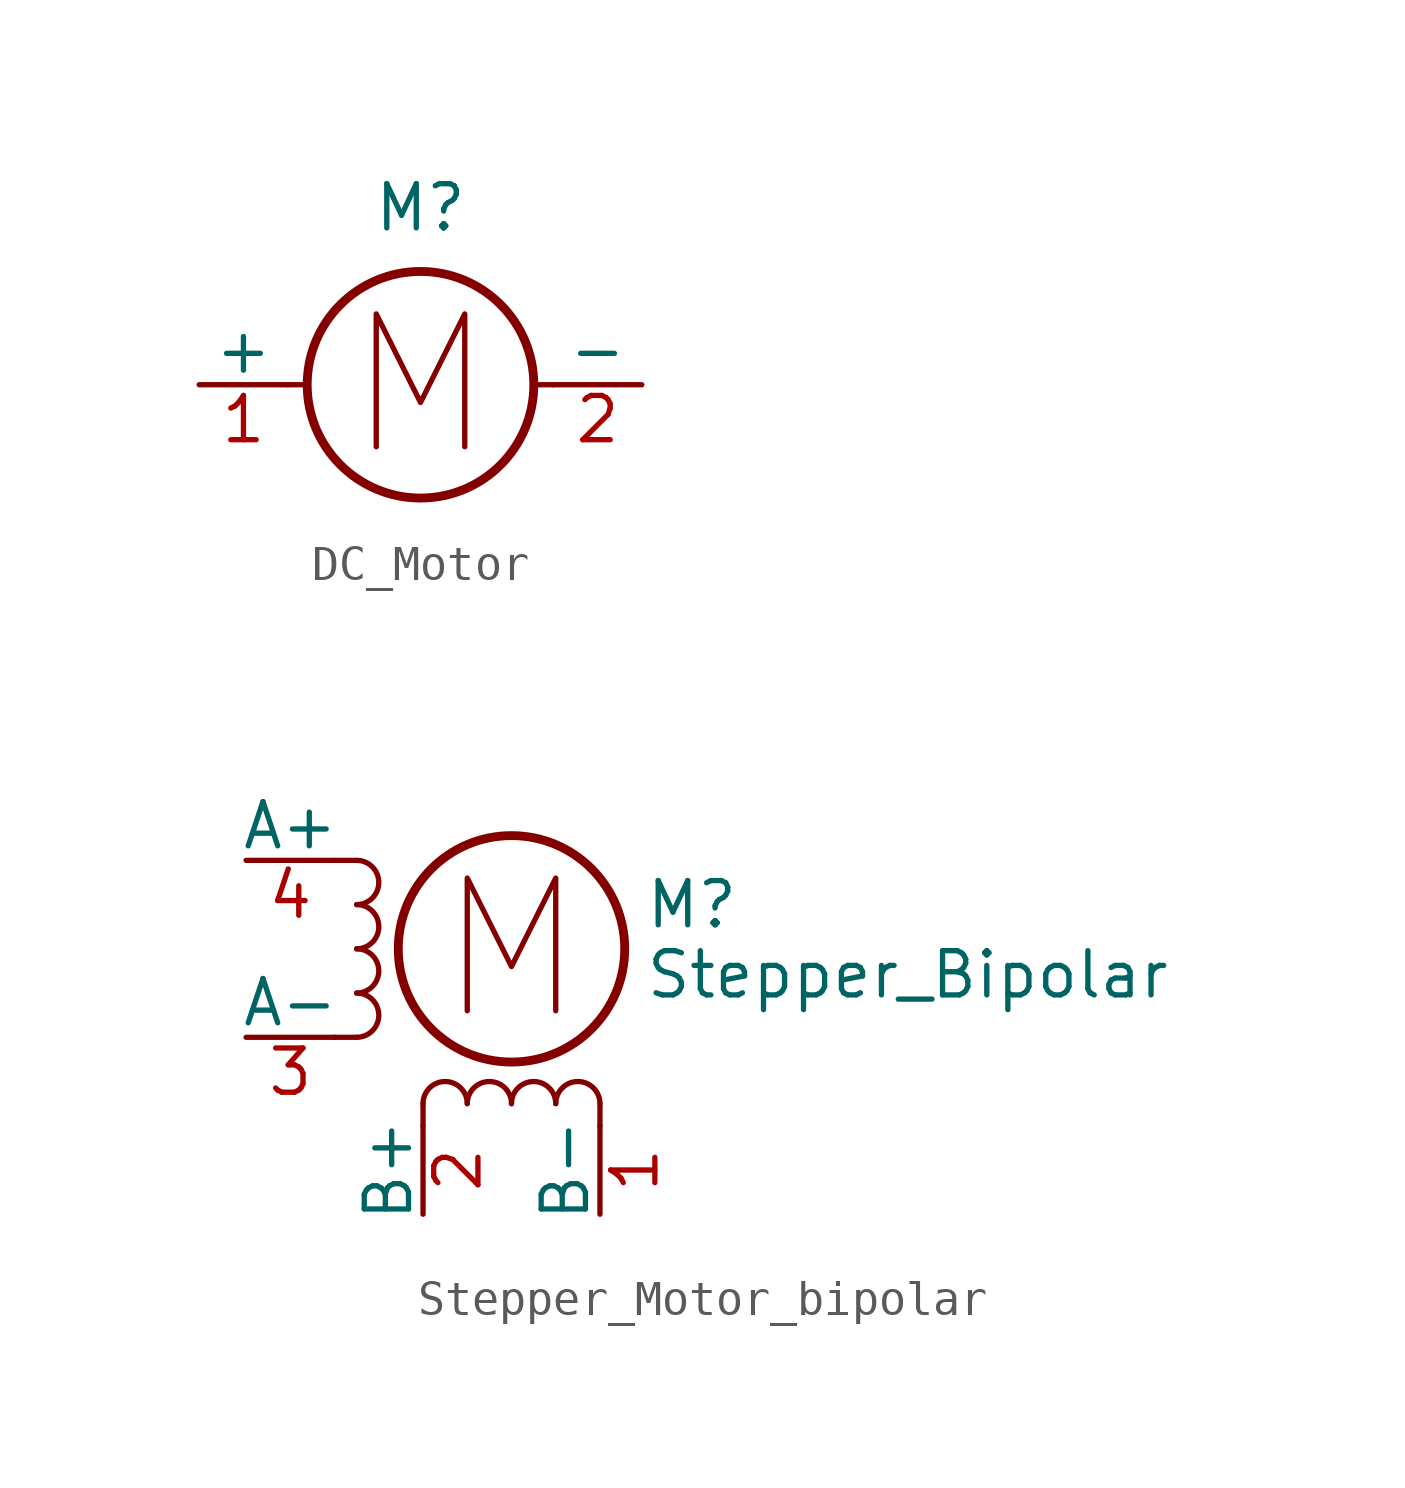
<source format=kicad_sym>
(kicad_symbol_lib
  (version 20231120)
  (generator "kicad_symbol_editor")
  (generator_version "8.0")
  (symbol "DC_Motor"
    (pin_names
      (offset 0))
    (property "Reference" "M"
      (at 0 5.08 0)
      (effects (font (size 1.27 1.27))))
    (property "Purchase" ""
      (at 0 0 0)
      (effects (font (size 1.27 1.27))))
    (symbol "DC_Motor_0_0"
      (polyline (pts (xy -1.27 -1.778) (xy -1.27 2.032) (xy 0 -0.508) (xy 1.27 2.032) (xy 1.27 -1.778)) (stroke (width 0) (type default)) (fill (type none))))
    (symbol "DC_Motor_0_1"
      (polyline (pts (xy -3.302 0) (xy -3.81 0)) (stroke (width 0) (type default)) (fill (type none)))
      (polyline (pts (xy 3.302 0) (xy 3.81 0)) (stroke (width 0) (type default)) (fill (type none)))
      (circle (center 0 0) (radius 3.251) (stroke (width 0.254) (type default)) (fill (type none))))
    (symbol "DC_Motor_1_1"
      (pin input line (at -6.35 0 0) (length 2.54) (name "+" (effects (font (size 1.27 1.27)))) (number "1" (effects (font (size 1.27 1.27)))))
      (pin input line (at 6.35 0 180) (length 2.54) (name "-" (effects (font (size 1.27 1.27)))) (number "2" (effects (font (size 1.27 1.27)))))))
  (symbol "Stepper_Motor_bipolar"
    (pin_names
      (offset 0))
    (property "Reference" "M"
      (at 3.81 1.27 0)
      (effects (font (size 1.27 1.27)) (justify left)))
    (property "Value" "Stepper_Bipolar"
      (at 3.81 0 0)
      (effects (font (size 1.27 1.27)) (justify left top)))
    (symbol "Stepper_Motor_bipolar_0_0"
      (polyline (pts (xy -1.27 -1.778) (xy -1.27 2.032) (xy 0 -0.508) (xy 1.27 2.032) (xy 1.27 -1.778)) (stroke (width 0) (type default)) (fill (type none))))
    (symbol "Stepper_Motor_bipolar_0_1"
      (arc (start -4.445 -2.54) (mid -3.8127 -1.905) (end -4.445 -1.27) (stroke (width 0) (type default)) (fill (type none)))
      (arc (start -4.445 -1.27) (mid -3.8127 -0.635) (end -4.445 0) (stroke (width 0) (type default)) (fill (type none)))
      (arc (start -4.445 0) (mid -3.8127 0.635) (end -4.445 1.27) (stroke (width 0) (type default)) (fill (type none)))
      (arc (start -4.445 1.27) (mid -3.8127 1.905) (end -4.445 2.54) (stroke (width 0) (type default)) (fill (type none)))
      (arc (start -1.27 -4.445) (mid -1.905 -3.8127) (end -2.54 -4.445) (stroke (width 0) (type default)) (fill (type none)))
      (arc (start 0 -4.445) (mid -0.635 -3.8127) (end -1.27 -4.445) (stroke (width 0) (type default)) (fill (type none)))
      (polyline (pts (xy -5.08 -2.54) (xy -4.445 -2.54)) (stroke (width 0) (type default)) (fill (type none)))
      (polyline (pts (xy -5.08 2.54) (xy -4.445 2.54)) (stroke (width 0) (type default)) (fill (type none)))
      (polyline (pts (xy -2.54 -5.08) (xy -2.54 -4.445)) (stroke (width 0) (type default)) (fill (type none)))
      (polyline (pts (xy 2.54 -5.08) (xy 2.54 -4.445)) (stroke (width 0) (type default)) (fill (type none)))
      (circle (center 0 0) (radius 3.251) (stroke (width 0.254) (type default)) (fill (type none)))
      (arc (start 1.27 -4.445) (mid 0.635 -3.8127) (end 0 -4.445) (stroke (width 0) (type default)) (fill (type none)))
      (arc (start 2.54 -4.445) (mid 1.905 -3.8127) (end 1.27 -4.445) (stroke (width 0) (type default)) (fill (type none))))
    (symbol "Stepper_Motor_bipolar_1_1"
      (pin input line (at 2.54 -7.62 90) (length 2.54) (name "B-" (effects (font (size 1.27 1.27)))) (number "1" (effects (font (size 1.27 1.27)))))
      (pin input line (at -2.54 -7.62 90) (length 2.54) (name "B+" (effects (font (size 1.27 1.27)))) (number "2" (effects (font (size 1.27 1.27)))))
      (pin input line (at -7.62 -2.54 0) (length 2.54) (name "A-" (effects (font (size 1.27 1.27)))) (number "3" (effects (font (size 1.27 1.27)))))
      (pin input line (at -7.62 2.54 0) (length 2.54) (name "A+" (effects (font (size 1.27 1.27)))) (number "4" (effects (font (size 1.27 1.27))))))))
</source>
